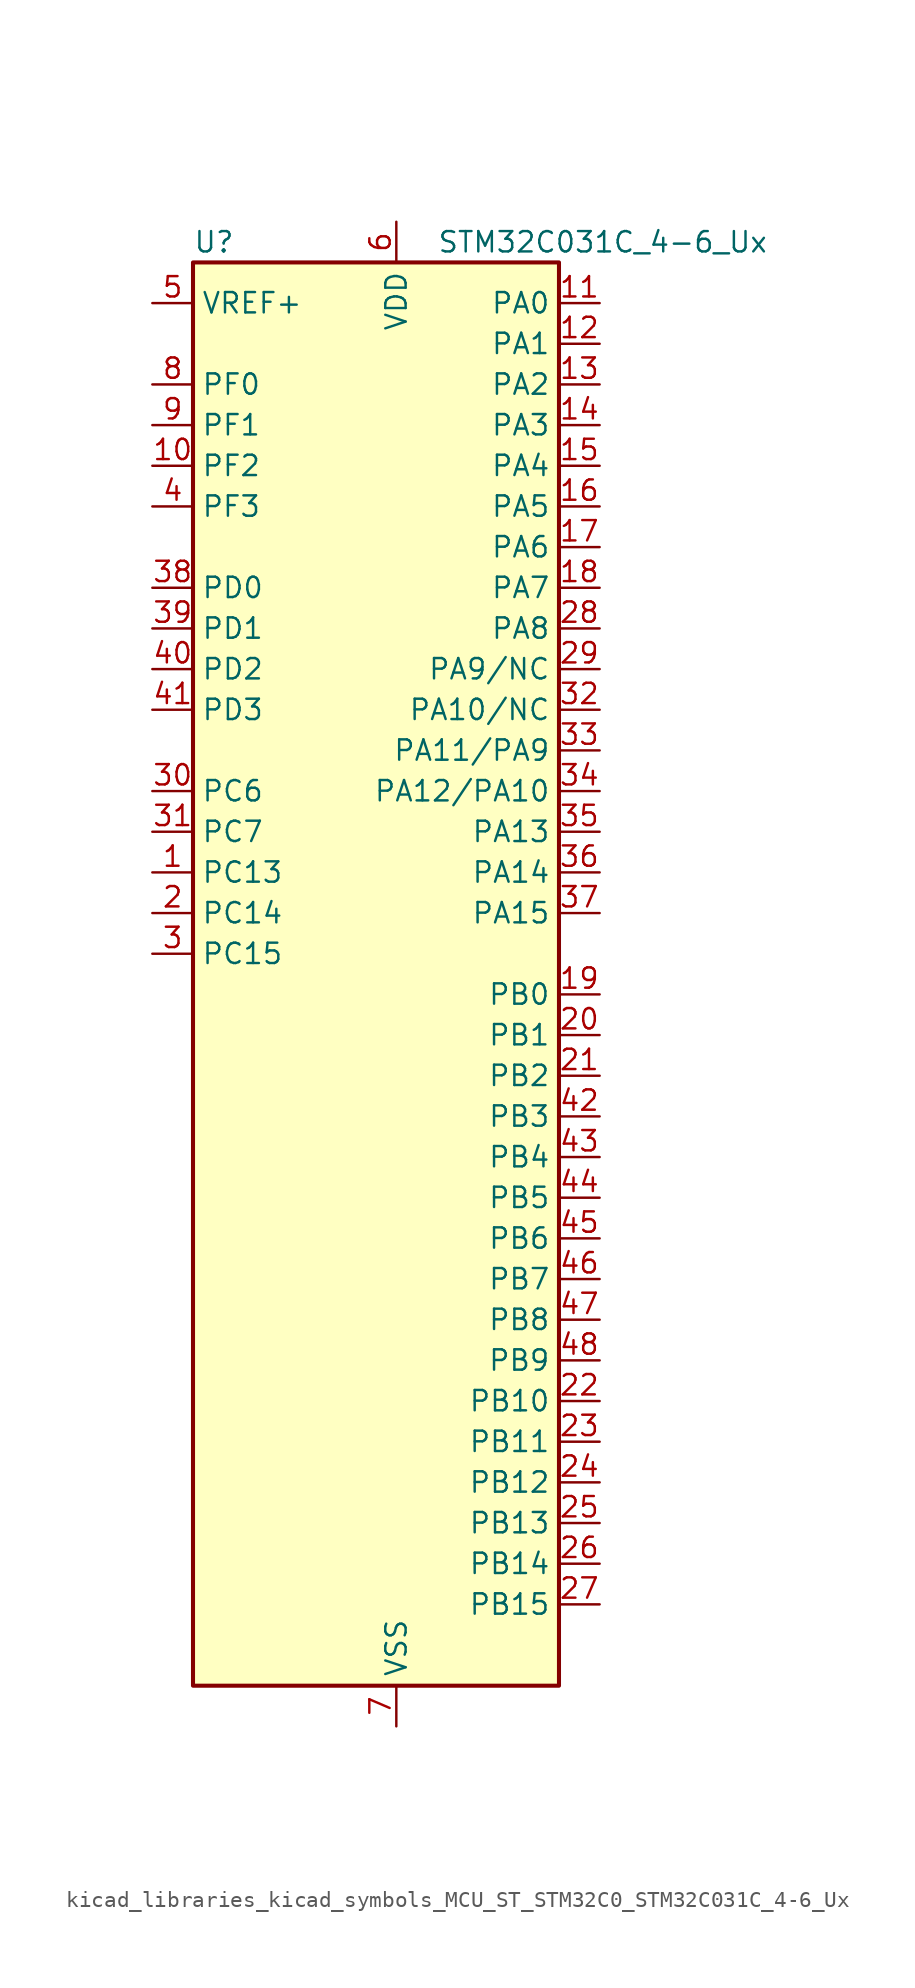
<source format=kicad_sym>
(kicad_symbol_lib
  (version 20220914)
  (generator kicad_symbol_editor)
  (symbol "kicad_libraries_kicad_symbols_MCU_ST_STM32C0_STM32C031C_4-6_Ux"
    (property "Reference" "U"
      (at -10.16 46.99 0)
      (effects (font (size 1.27 1.27)) (justify left)))
    (property "Value" "STM32C031C_4-6_Ux"
      (at 5.08 46.99 0)
      (effects (font (size 1.27 1.27)) (justify left)))
    (property "ki_locked" ""
      (at 0 0 0)
      (effects (font (size 1.27 1.27))))
    (symbol "kicad_libraries_kicad_symbols_MCU_ST_STM32C0_STM32C031C_4-6_Ux_0_1"
      (rectangle (start -10.16 -43.18) (end 12.7 45.72) (stroke (width 0.254) (type default)) (fill (type background))))
    (symbol "kicad_libraries_kicad_symbols_MCU_ST_STM32C0_STM32C031C_4-6_Ux_1_1"
      (pin bidirectional line (at -12.7 7.62 0) (length 2.54) (name "PC13" (effects (font (size 1.27 1.27)))) (number "1" (effects (font (size 1.27 1.27)))) (alternate "PWR_WKUP2" bidirectional line) (alternate "RTC_OUT1" bidirectional line) (alternate "RTC_TS" bidirectional line) (alternate "TIM1_BKIN" bidirectional line) (alternate "TIM1_ETR" bidirectional line))
      (pin bidirectional line (at -12.7 33.02 0) (length 2.54) (name "PF2" (effects (font (size 1.27 1.27)))) (number "10" (effects (font (size 1.27 1.27)))) (alternate "RCC_MCO" bidirectional line) (alternate "TIM1_CH4" bidirectional line))
      (pin bidirectional line (at 15.24 43.18 180) (length 2.54) (name "PA0" (effects (font (size 1.27 1.27)))) (number "11" (effects (font (size 1.27 1.27)))) (alternate "ADC1_IN0" bidirectional line) (alternate "PWR_WKUP1" bidirectional line) (alternate "TIM16_CH1" bidirectional line) (alternate "TIM1_CH1" bidirectional line) (alternate "USART1_TX" bidirectional line) (alternate "USART2_CTS" bidirectional line) (alternate "USART2_NSS" bidirectional line))
      (pin bidirectional line (at 15.24 40.64 180) (length 2.54) (name "PA1" (effects (font (size 1.27 1.27)))) (number "12" (effects (font (size 1.27 1.27)))) (alternate "ADC1_IN1" bidirectional line) (alternate "I2C1_SMBA" bidirectional line) (alternate "I2S1_CK" bidirectional line) (alternate "SPI1_SCK" bidirectional line) (alternate "TIM17_CH1" bidirectional line) (alternate "TIM1_CH2" bidirectional line) (alternate "USART1_RX" bidirectional line) (alternate "USART2_CK" bidirectional line) (alternate "USART2_DE" bidirectional line) (alternate "USART2_RTS" bidirectional line))
      (pin bidirectional line (at 15.24 38.1 180) (length 2.54) (name "PA2" (effects (font (size 1.27 1.27)))) (number "13" (effects (font (size 1.27 1.27)))) (alternate "ADC1_IN2" bidirectional line) (alternate "I2S1_SD" bidirectional line) (alternate "PWR_WKUP4" bidirectional line) (alternate "RCC_LSCO" bidirectional line) (alternate "SPI1_MOSI" bidirectional line) (alternate "TIM16_CH1N" bidirectional line) (alternate "TIM1_CH3" bidirectional line) (alternate "TIM3_ETR" bidirectional line) (alternate "USART2_TX" bidirectional line))
      (pin bidirectional line (at 15.24 35.56 180) (length 2.54) (name "PA3" (effects (font (size 1.27 1.27)))) (number "14" (effects (font (size 1.27 1.27)))) (alternate "ADC1_IN3" bidirectional line) (alternate "TIM1_CH1N" bidirectional line) (alternate "TIM1_CH4" bidirectional line) (alternate "USART2_RX" bidirectional line))
      (pin bidirectional line (at 15.24 33.02 180) (length 2.54) (name "PA4" (effects (font (size 1.27 1.27)))) (number "15" (effects (font (size 1.27 1.27)))) (alternate "ADC1_IN4" bidirectional line) (alternate "I2S1_WS" bidirectional line) (alternate "RTC_OUT2" bidirectional line) (alternate "SPI1_NSS" bidirectional line) (alternate "TIM14_CH1" bidirectional line) (alternate "TIM17_CH1N" bidirectional line) (alternate "TIM1_CH2N" bidirectional line) (alternate "USART2_TX" bidirectional line))
      (pin bidirectional line (at 15.24 30.48 180) (length 2.54) (name "PA5" (effects (font (size 1.27 1.27)))) (number "16" (effects (font (size 1.27 1.27)))) (alternate "ADC1_IN5" bidirectional line) (alternate "I2S1_CK" bidirectional line) (alternate "SPI1_SCK" bidirectional line) (alternate "TIM1_CH1" bidirectional line) (alternate "TIM1_CH3N" bidirectional line) (alternate "USART2_RX" bidirectional line))
      (pin bidirectional line (at 15.24 27.94 180) (length 2.54) (name "PA6" (effects (font (size 1.27 1.27)))) (number "17" (effects (font (size 1.27 1.27)))) (alternate "ADC1_IN6" bidirectional line) (alternate "I2S1_MCK" bidirectional line) (alternate "SPI1_MISO" bidirectional line) (alternate "TIM16_CH1" bidirectional line) (alternate "TIM1_BKIN" bidirectional line) (alternate "TIM3_CH1" bidirectional line))
      (pin bidirectional line (at 15.24 25.4 180) (length 2.54) (name "PA7" (effects (font (size 1.27 1.27)))) (number "18" (effects (font (size 1.27 1.27)))) (alternate "ADC1_IN7" bidirectional line) (alternate "I2S1_SD" bidirectional line) (alternate "SPI1_MOSI" bidirectional line) (alternate "TIM14_CH1" bidirectional line) (alternate "TIM17_CH1" bidirectional line) (alternate "TIM1_CH1N" bidirectional line) (alternate "TIM3_CH2" bidirectional line))
      (pin bidirectional line (at 15.24 0 180) (length 2.54) (name "PB0" (effects (font (size 1.27 1.27)))) (number "19" (effects (font (size 1.27 1.27)))) (alternate "ADC1_IN17" bidirectional line) (alternate "I2S1_WS" bidirectional line) (alternate "SPI1_NSS" bidirectional line) (alternate "TIM1_CH2N" bidirectional line) (alternate "TIM3_CH3" bidirectional line))
      (pin bidirectional line (at -12.7 5.08 0) (length 2.54) (name "PC14" (effects (font (size 1.27 1.27)))) (number "2" (effects (font (size 1.27 1.27)))) (alternate "I2C1_SDA" bidirectional line) (alternate "IR_OUT" bidirectional line) (alternate "RCC_OSCX_IN" bidirectional line) (alternate "TIM17_CH1" bidirectional line) (alternate "TIM1_BKIN2" bidirectional line) (alternate "TIM1_ETR" bidirectional line) (alternate "TIM3_CH2" bidirectional line) (alternate "USART1_TX" bidirectional line) (alternate "USART2_CK" bidirectional line) (alternate "USART2_DE" bidirectional line) (alternate "USART2_RTS" bidirectional line))
      (pin bidirectional line (at 15.24 -2.54 180) (length 2.54) (name "PB1" (effects (font (size 1.27 1.27)))) (number "20" (effects (font (size 1.27 1.27)))) (alternate "ADC1_IN18" bidirectional line) (alternate "TIM14_CH1" bidirectional line) (alternate "TIM1_CH2N" bidirectional line) (alternate "TIM1_CH3N" bidirectional line) (alternate "TIM3_CH4" bidirectional line))
      (pin bidirectional line (at 15.24 -5.08 180) (length 2.54) (name "PB2" (effects (font (size 1.27 1.27)))) (number "21" (effects (font (size 1.27 1.27)))) (alternate "ADC1_IN19" bidirectional line) (alternate "RCC_MCO_2" bidirectional line) (alternate "USART1_RX" bidirectional line))
      (pin bidirectional line (at 15.24 -25.4 180) (length 2.54) (name "PB10" (effects (font (size 1.27 1.27)))) (number "22" (effects (font (size 1.27 1.27)))) (alternate "ADC1_IN20" bidirectional line))
      (pin bidirectional line (at 15.24 -27.94 180) (length 2.54) (name "PB11" (effects (font (size 1.27 1.27)))) (number "23" (effects (font (size 1.27 1.27)))) (alternate "ADC1_EXTI11" bidirectional line) (alternate "ADC1_IN21" bidirectional line))
      (pin bidirectional line (at 15.24 -30.48 180) (length 2.54) (name "PB12" (effects (font (size 1.27 1.27)))) (number "24" (effects (font (size 1.27 1.27)))) (alternate "ADC1_IN22" bidirectional line) (alternate "TIM1_BKIN" bidirectional line) (alternate "TIM1_BKIN2" bidirectional line))
      (pin bidirectional line (at 15.24 -33.02 180) (length 2.54) (name "PB13" (effects (font (size 1.27 1.27)))) (number "25" (effects (font (size 1.27 1.27)))) (alternate "TIM1_CH1N" bidirectional line))
      (pin bidirectional line (at 15.24 -35.56 180) (length 2.54) (name "PB14" (effects (font (size 1.27 1.27)))) (number "26" (effects (font (size 1.27 1.27)))) (alternate "TIM1_CH2N" bidirectional line))
      (pin bidirectional line (at 15.24 -38.1 180) (length 2.54) (name "PB15" (effects (font (size 1.27 1.27)))) (number "27" (effects (font (size 1.27 1.27)))) (alternate "RTC_REFIN" bidirectional line) (alternate "TIM1_CH3N" bidirectional line))
      (pin bidirectional line (at 15.24 22.86 180) (length 2.54) (name "PA8" (effects (font (size 1.27 1.27)))) (number "28" (effects (font (size 1.27 1.27)))) (alternate "ADC1_IN8" bidirectional line) (alternate "I2S1_WS" bidirectional line) (alternate "RCC_MCO" bidirectional line) (alternate "RCC_MCO_2" bidirectional line) (alternate "SPI1_NSS" bidirectional line) (alternate "TIM14_CH1" bidirectional line) (alternate "TIM1_CH1" bidirectional line) (alternate "TIM1_CH2N" bidirectional line) (alternate "TIM1_CH3N" bidirectional line) (alternate "TIM3_CH3" bidirectional line) (alternate "TIM3_CH4" bidirectional line) (alternate "USART1_RX" bidirectional line) (alternate "USART2_TX" bidirectional line))
      (pin bidirectional line (at 15.24 20.32 180) (length 2.54) (name "PA9/NC" (effects (font (size 1.27 1.27)))) (number "29" (effects (font (size 1.27 1.27)))) (alternate "I2C1_SCL" bidirectional line) (alternate "RCC_MCO" bidirectional line) (alternate "TIM1_CH2" bidirectional line) (alternate "TIM3_ETR" bidirectional line) (alternate "USART1_TX" bidirectional line))
      (pin bidirectional line (at -12.7 2.54 0) (length 2.54) (name "PC15" (effects (font (size 1.27 1.27)))) (number "3" (effects (font (size 1.27 1.27)))) (alternate "RCC_OSC32_EN" bidirectional line) (alternate "RCC_OSCX_OUT" bidirectional line) (alternate "RCC_OSC_EN" bidirectional line) (alternate "TIM1_ETR" bidirectional line) (alternate "TIM3_CH3" bidirectional line))
      (pin bidirectional line (at -12.7 12.7 0) (length 2.54) (name "PC6" (effects (font (size 1.27 1.27)))) (number "30" (effects (font (size 1.27 1.27)))) (alternate "TIM3_CH1" bidirectional line))
      (pin bidirectional line (at -12.7 10.16 0) (length 2.54) (name "PC7" (effects (font (size 1.27 1.27)))) (number "31" (effects (font (size 1.27 1.27)))) (alternate "TIM3_CH2" bidirectional line))
      (pin bidirectional line (at 15.24 17.78 180) (length 2.54) (name "PA10/NC" (effects (font (size 1.27 1.27)))) (number "32" (effects (font (size 1.27 1.27)))) (alternate "I2C1_SDA" bidirectional line) (alternate "RCC_MCO_2" bidirectional line) (alternate "TIM17_BKIN" bidirectional line) (alternate "TIM1_CH3" bidirectional line) (alternate "USART1_RX" bidirectional line))
      (pin bidirectional line (at 15.24 15.24 180) (length 2.54) (name "PA11/PA9" (effects (font (size 1.27 1.27)))) (number "33" (effects (font (size 1.27 1.27)))) (alternate "ADC1_EXTI11" bidirectional line) (alternate "ADC1_IN11" bidirectional line) (alternate "I2S1_MCK" bidirectional line) (alternate "SPI1_MISO" bidirectional line) (alternate "TIM1_BKIN2" bidirectional line) (alternate "TIM1_CH4" bidirectional line) (alternate "USART1_CTS" bidirectional line) (alternate "USART1_NSS" bidirectional line))
      (pin bidirectional line (at 15.24 12.7 180) (length 2.54) (name "PA12/PA10" (effects (font (size 1.27 1.27)))) (number "34" (effects (font (size 1.27 1.27)))) (alternate "ADC1_IN12" bidirectional line) (alternate "I2S1_SD" bidirectional line) (alternate "I2S_CKIN" bidirectional line) (alternate "SPI1_MOSI" bidirectional line) (alternate "TIM1_ETR" bidirectional line) (alternate "USART1_CK" bidirectional line) (alternate "USART1_DE" bidirectional line) (alternate "USART1_RTS" bidirectional line))
      (pin bidirectional line (at 15.24 10.16 180) (length 2.54) (name "PA13" (effects (font (size 1.27 1.27)))) (number "35" (effects (font (size 1.27 1.27)))) (alternate "ADC1_IN13" bidirectional line) (alternate "DEBUG_SWDIO" bidirectional line) (alternate "IR_OUT" bidirectional line) (alternate "TIM3_ETR" bidirectional line) (alternate "USART2_RX" bidirectional line))
      (pin bidirectional line (at 15.24 7.62 180) (length 2.54) (name "PA14" (effects (font (size 1.27 1.27)))) (number "36" (effects (font (size 1.27 1.27)))) (alternate "ADC1_IN14" bidirectional line) (alternate "DEBUG_SWCLK" bidirectional line) (alternate "I2S1_WS" bidirectional line) (alternate "RCC_MCO_2" bidirectional line) (alternate "SPI1_NSS" bidirectional line) (alternate "TIM1_CH1" bidirectional line) (alternate "USART1_CK" bidirectional line) (alternate "USART1_DE" bidirectional line) (alternate "USART1_RTS" bidirectional line) (alternate "USART2_RX" bidirectional line) (alternate "USART2_TX" bidirectional line))
      (pin bidirectional line (at 15.24 5.08 180) (length 2.54) (name "PA15" (effects (font (size 1.27 1.27)))) (number "37" (effects (font (size 1.27 1.27)))) (alternate "I2S1_WS" bidirectional line) (alternate "RCC_MCO_2" bidirectional line) (alternate "SPI1_NSS" bidirectional line) (alternate "TIM1_CH1" bidirectional line) (alternate "USART1_CK" bidirectional line) (alternate "USART1_DE" bidirectional line) (alternate "USART1_RTS" bidirectional line) (alternate "USART2_RX" bidirectional line))
      (pin bidirectional line (at -12.7 25.4 0) (length 2.54) (name "PD0" (effects (font (size 1.27 1.27)))) (number "38" (effects (font (size 1.27 1.27)))) (alternate "TIM16_CH1" bidirectional line))
      (pin bidirectional line (at -12.7 22.86 0) (length 2.54) (name "PD1" (effects (font (size 1.27 1.27)))) (number "39" (effects (font (size 1.27 1.27)))) (alternate "TIM17_CH1" bidirectional line))
      (pin bidirectional line (at -12.7 30.48 0) (length 2.54) (name "PF3" (effects (font (size 1.27 1.27)))) (number "4" (effects (font (size 1.27 1.27)))))
      (pin bidirectional line (at -12.7 20.32 0) (length 2.54) (name "PD2" (effects (font (size 1.27 1.27)))) (number "40" (effects (font (size 1.27 1.27)))) (alternate "TIM1_CH1N" bidirectional line) (alternate "TIM3_ETR" bidirectional line))
      (pin bidirectional line (at -12.7 17.78 0) (length 2.54) (name "PD3" (effects (font (size 1.27 1.27)))) (number "41" (effects (font (size 1.27 1.27)))) (alternate "TIM1_CH2N" bidirectional line) (alternate "USART2_CTS" bidirectional line) (alternate "USART2_NSS" bidirectional line))
      (pin bidirectional line (at 15.24 -7.62 180) (length 2.54) (name "PB3" (effects (font (size 1.27 1.27)))) (number "42" (effects (font (size 1.27 1.27)))) (alternate "I2S1_CK" bidirectional line) (alternate "SPI1_SCK" bidirectional line) (alternate "TIM1_CH2" bidirectional line) (alternate "TIM3_CH2" bidirectional line) (alternate "USART1_CK" bidirectional line) (alternate "USART1_DE" bidirectional line) (alternate "USART1_RTS" bidirectional line))
      (pin bidirectional line (at 15.24 -10.16 180) (length 2.54) (name "PB4" (effects (font (size 1.27 1.27)))) (number "43" (effects (font (size 1.27 1.27)))) (alternate "I2S1_MCK" bidirectional line) (alternate "SPI1_MISO" bidirectional line) (alternate "TIM17_BKIN" bidirectional line) (alternate "TIM3_CH1" bidirectional line) (alternate "USART1_CTS" bidirectional line) (alternate "USART1_NSS" bidirectional line))
      (pin bidirectional line (at 15.24 -12.7 180) (length 2.54) (name "PB5" (effects (font (size 1.27 1.27)))) (number "44" (effects (font (size 1.27 1.27)))) (alternate "I2C1_SMBA" bidirectional line) (alternate "I2S1_SD" bidirectional line) (alternate "PWR_WKUP6" bidirectional line) (alternate "SPI1_MOSI" bidirectional line) (alternate "TIM16_BKIN" bidirectional line) (alternate "TIM3_CH2" bidirectional line) (alternate "TIM3_CH3" bidirectional line))
      (pin bidirectional line (at 15.24 -15.24 180) (length 2.54) (name "PB6" (effects (font (size 1.27 1.27)))) (number "45" (effects (font (size 1.27 1.27)))) (alternate "I2C1_SCL" bidirectional line) (alternate "I2C1_SMBA" bidirectional line) (alternate "I2S1_CK" bidirectional line) (alternate "I2S1_MCK" bidirectional line) (alternate "I2S1_SD" bidirectional line) (alternate "PWR_WKUP3" bidirectional line) (alternate "SPI1_MISO" bidirectional line) (alternate "SPI1_MOSI" bidirectional line) (alternate "SPI1_SCK" bidirectional line) (alternate "TIM16_BKIN" bidirectional line) (alternate "TIM16_CH1N" bidirectional line) (alternate "TIM17_BKIN" bidirectional line) (alternate "TIM1_CH2" bidirectional line) (alternate "TIM1_CH3" bidirectional line) (alternate "TIM3_CH1" bidirectional line) (alternate "TIM3_CH2" bidirectional line) (alternate "TIM3_CH3" bidirectional line) (alternate "USART1_CK" bidirectional line) (alternate "USART1_CTS" bidirectional line) (alternate "USART1_DE" bidirectional line) (alternate "USART1_NSS" bidirectional line) (alternate "USART1_RTS" bidirectional line) (alternate "USART1_TX" bidirectional line))
      (pin bidirectional line (at 15.24 -17.78 180) (length 2.54) (name "PB7" (effects (font (size 1.27 1.27)))) (number "46" (effects (font (size 1.27 1.27)))) (alternate "I2C1_SCL" bidirectional line) (alternate "I2C1_SDA" bidirectional line) (alternate "TIM16_CH1" bidirectional line) (alternate "TIM17_CH1N" bidirectional line) (alternate "TIM1_CH4" bidirectional line) (alternate "TIM3_CH1" bidirectional line) (alternate "TIM3_CH4" bidirectional line) (alternate "USART1_RX" bidirectional line) (alternate "USART2_CTS" bidirectional line) (alternate "USART2_NSS" bidirectional line))
      (pin bidirectional line (at 15.24 -20.32 180) (length 2.54) (name "PB8" (effects (font (size 1.27 1.27)))) (number "47" (effects (font (size 1.27 1.27)))) (alternate "I2C1_SCL" bidirectional line) (alternate "TIM16_CH1" bidirectional line) (alternate "TIM3_CH1" bidirectional line) (alternate "USART2_CTS" bidirectional line) (alternate "USART2_NSS" bidirectional line))
      (pin bidirectional line (at 15.24 -22.86 180) (length 2.54) (name "PB9" (effects (font (size 1.27 1.27)))) (number "48" (effects (font (size 1.27 1.27)))) (alternate "I2C1_SDA" bidirectional line) (alternate "IR_OUT" bidirectional line) (alternate "TIM17_CH1" bidirectional line) (alternate "TIM3_CH2" bidirectional line) (alternate "USART2_CK" bidirectional line) (alternate "USART2_DE" bidirectional line) (alternate "USART2_RTS" bidirectional line))
      (pin passive line (at 2.54 -45.72 90) (length 2.54) hide (name "VSS" (effects (font (size 1.27 1.27)))) (number "49" (effects (font (size 1.27 1.27)))))
      (pin input line (at -12.7 43.18 0) (length 2.54) (name "VREF+" (effects (font (size 1.27 1.27)))) (number "5" (effects (font (size 1.27 1.27)))))
      (pin power_in line (at 2.54 48.26 270) (length 2.54) (name "VDD" (effects (font (size 1.27 1.27)))) (number "6" (effects (font (size 1.27 1.27)))))
      (pin power_in line (at 2.54 -45.72 90) (length 2.54) (name "VSS" (effects (font (size 1.27 1.27)))) (number "7" (effects (font (size 1.27 1.27)))))
      (pin bidirectional line (at -12.7 38.1 0) (length 2.54) (name "PF0" (effects (font (size 1.27 1.27)))) (number "8" (effects (font (size 1.27 1.27)))) (alternate "RCC_OSC_IN" bidirectional line) (alternate "TIM14_CH1" bidirectional line))
      (pin bidirectional line (at -12.7 35.56 0) (length 2.54) (name "PF1" (effects (font (size 1.27 1.27)))) (number "9" (effects (font (size 1.27 1.27)))) (alternate "RCC_OSC_EN" bidirectional line) (alternate "RCC_OSC_OUT" bidirectional line)))))
</source>
